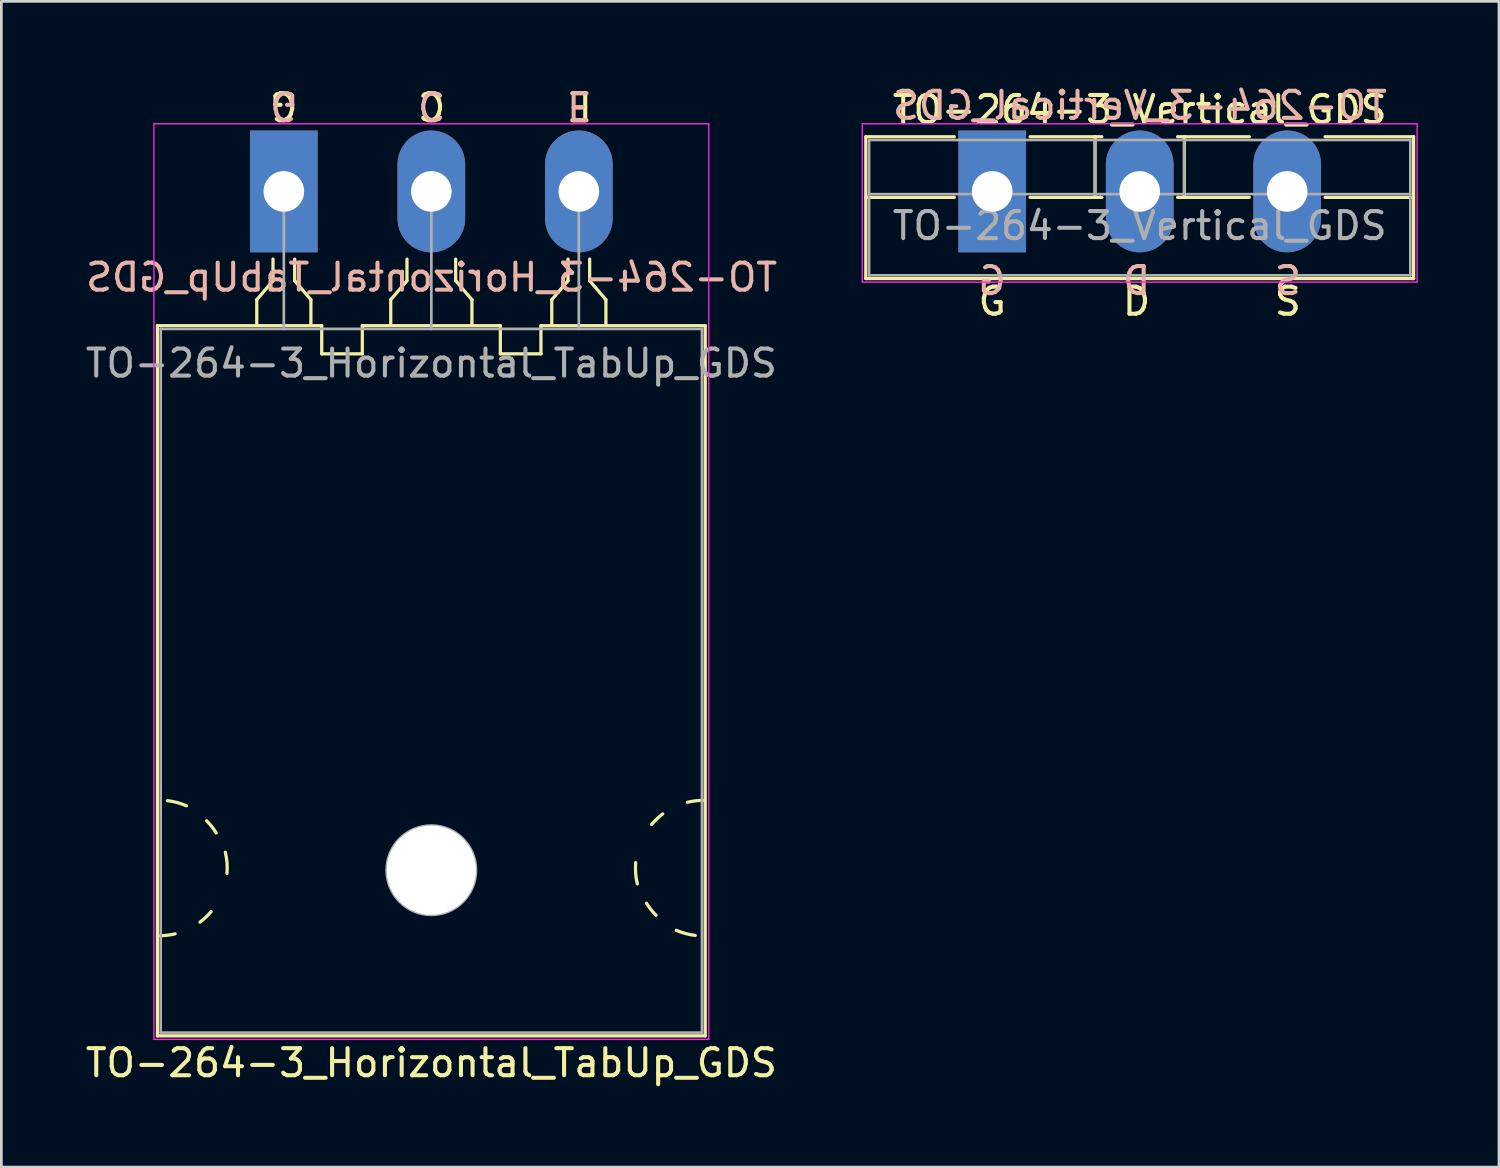
<source format=kicad_pcb>
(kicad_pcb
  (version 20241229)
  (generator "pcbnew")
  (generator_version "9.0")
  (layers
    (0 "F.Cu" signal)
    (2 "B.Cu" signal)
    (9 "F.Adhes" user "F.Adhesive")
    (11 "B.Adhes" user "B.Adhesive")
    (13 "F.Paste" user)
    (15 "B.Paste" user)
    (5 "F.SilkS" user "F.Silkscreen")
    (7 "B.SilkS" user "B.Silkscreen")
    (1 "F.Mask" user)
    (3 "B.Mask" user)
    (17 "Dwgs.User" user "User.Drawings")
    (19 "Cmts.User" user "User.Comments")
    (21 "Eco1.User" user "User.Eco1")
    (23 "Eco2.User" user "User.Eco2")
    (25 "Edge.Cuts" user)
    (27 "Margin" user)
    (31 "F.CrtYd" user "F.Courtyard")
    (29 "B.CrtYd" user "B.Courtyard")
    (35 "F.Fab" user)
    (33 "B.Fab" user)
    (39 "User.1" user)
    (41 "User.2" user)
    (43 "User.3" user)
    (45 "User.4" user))
  (footprint "TO-264-3_Horizontal_TabUp_GDS"
    (layer "F.Cu")
    (at 7.437 4.023)
    (property "Reference" "TO-264-3_Horizontal_TabUp_GDS" (at 5.45 32.2 0) (layer "F.SilkS") (effects (font (size 1 1) (thickness 0.15))))
    (fp_line (start -4.67 31.2) (end -4.67 4.96) (stroke (width 0.12) (type solid)) (layer "F.SilkS"))
    (fp_line (start -1 4) (end -1 4.9) (stroke (width 0.12) (type solid)) (layer "F.SilkS"))
    (fp_line (start -0.4 2.5) (end -0.4 3.3) (stroke (width 0.12) (type solid)) (layer "F.SilkS"))
    (fp_line (start -0.4 3.3) (end -1 4) (stroke (width 0.12) (type solid)) (layer "F.SilkS"))
    (fp_line (start 0.4 3.3) (end 0.4 2.5) (stroke (width 0.12) (type solid)) (layer "F.SilkS"))
    (fp_line (start 1 4) (end 0.4 3.3) (stroke (width 0.12) (type solid)) (layer "F.SilkS"))
    (fp_line (start 1 4.9) (end 1 4) (stroke (width 0.12) (type solid)) (layer "F.SilkS"))
    (fp_line (start 1.4 4.96) (end -4.67 4.96) (stroke (width 0.12) (type solid)) (layer "F.SilkS"))
    (fp_line (start 1.4 4.96) (end 1.4 6) (stroke (width 0.12) (type solid)) (layer "F.SilkS"))
    (fp_line (start 1.4 6) (end 2.9 6) (stroke (width 0.12) (type solid)) (layer "F.SilkS"))
    (fp_line (start 2.9 6) (end 2.9 4.96) (stroke (width 0.12) (type solid)) (layer "F.SilkS"))
    (fp_line (start 3.95 4) (end 3.95 4.9) (stroke (width 0.12) (type solid)) (layer "F.SilkS"))
    (fp_line (start 4.55 2.5) (end 4.55 3.3) (stroke (width 0.12) (type solid)) (layer "F.SilkS"))
    (fp_line (start 4.55 3.3) (end 3.95 4) (stroke (width 0.12) (type solid)) (layer "F.SilkS"))
    (fp_line (start 6.35 3.3) (end 6.35 2.5) (stroke (width 0.12) (type solid)) (layer "F.SilkS"))
    (fp_line (start 6.95 4) (end 6.35 3.3) (stroke (width 0.12) (type solid)) (layer "F.SilkS"))
    (fp_line (start 6.95 4.9) (end 6.95 4) (stroke (width 0.12) (type solid)) (layer "F.SilkS"))
    (fp_line (start 8 4.96) (end 2.9 4.96) (stroke (width 0.12) (type solid)) (layer "F.SilkS"))
    (fp_line (start 8 6) (end 8 4.96) (stroke (width 0.12) (type solid)) (layer "F.SilkS"))
    (fp_line (start 9.5 4.96) (end 9.5 6) (stroke (width 0.12) (type solid)) (layer "F.SilkS"))
    (fp_line (start 9.5 6) (end 8 6) (stroke (width 0.12) (type solid)) (layer "F.SilkS"))
    (fp_line (start 9.9 4) (end 9.9 4.9) (stroke (width 0.12) (type solid)) (layer "F.SilkS"))
    (fp_line (start 10.5 2.5) (end 10.5 3.3) (stroke (width 0.12) (type solid)) (layer "F.SilkS"))
    (fp_line (start 10.5 3.3) (end 9.9 4) (stroke (width 0.12) (type solid)) (layer "F.SilkS"))
    (fp_line (start 11.3 3.3) (end 11.3 2.5) (stroke (width 0.12) (type solid)) (layer "F.SilkS"))
    (fp_line (start 11.9 4) (end 11.3 3.3) (stroke (width 0.12) (type solid)) (layer "F.SilkS"))
    (fp_line (start 11.9 4.9) (end 11.9 4) (stroke (width 0.12) (type solid)) (layer "F.SilkS"))
    (fp_line (start 15.57 4.96) (end 9.5 4.96) (stroke (width 0.12) (type solid)) (layer "F.SilkS"))
    (fp_line (start 15.57 31.2) (end -4.67 31.2) (stroke (width 0.12) (type solid)) (layer "F.SilkS"))
    (fp_line (start 15.57 31.2) (end 15.57 4.96) (stroke (width 0.12) (type solid)) (layer "F.SilkS"))
    (fp_arc (start -4.301186 22.509879) (mid -3.943673 22.579416) (end -3.600001 22.700001) (stroke (width 0.12) (type solid)) (layer "F.SilkS"))
    (fp_arc (start -4.016568 27.430968) (mid -4.306249 27.482682) (end -4.6 27.5) (stroke (width 0.12) (type solid)) (layer "F.SilkS"))
    (fp_arc (start -2.853576 23.253576) (mid -2.663879 23.466564) (end -2.500001 23.700001) (stroke (width 0.12) (type solid)) (layer "F.SilkS"))
    (fp_arc (start -2.687722 26.610338) (mid -2.882773 26.8169) (end -3.1 26.999999) (stroke (width 0.12) (type solid)) (layer "F.SilkS"))
    (fp_arc (start -2.161266 24.414703) (mid -2.099611 24.804931) (end -2.100001 25.199999) (stroke (width 0.12) (type solid)) (layer "F.SilkS"))
    (fp_arc (start 13.061266 25.585297) (mid 12.999611 25.195069) (end 13.000001 24.800001) (stroke (width 0.12) (type solid)) (layer "F.SilkS"))
    (fp_arc (start 13.587722 23.389662) (mid 13.782773 23.1831) (end 14 23.000001) (stroke (width 0.12) (type solid)) (layer "F.SilkS"))
    (fp_arc (start 13.753576 26.746424) (mid 13.563879 26.533436) (end 13.400001 26.299999) (stroke (width 0.12) (type solid)) (layer "F.SilkS"))
    (fp_arc (start 14.916568 22.569032) (mid 15.206249 22.517318) (end 15.5 22.5) (stroke (width 0.12) (type solid)) (layer "F.SilkS"))
    (fp_arc (start 15.201186 27.490121) (mid 14.843673 27.420584) (end 14.500001 27.299999) (stroke (width 0.12) (type solid)) (layer "F.SilkS"))
    (fp_line (start -4.8 -2.5) (end -4.8 31.33) (stroke (width 0.05) (type solid)) (layer "F.CrtYd"))
    (fp_line (start -4.8 31.33) (end 15.7 31.33) (stroke (width 0.05) (type solid)) (layer "F.CrtYd"))
    (fp_line (start 15.7 -2.5) (end -4.8 -2.5) (stroke (width 0.05) (type solid)) (layer "F.CrtYd"))
    (fp_line (start 15.7 31.33) (end 15.7 -2.5) (stroke (width 0.05) (type solid)) (layer "F.CrtYd"))
    (fp_line (start -4.55 5.08) (end -4.55 31.08) (stroke (width 0.1) (type solid)) (layer "F.Fab"))
    (fp_line (start -4.55 31.08) (end 15.45 31.08) (stroke (width 0.1) (type solid)) (layer "F.Fab"))
    (fp_line (start 0 5.08) (end 0 0) (stroke (width 0.1) (type solid)) (layer "F.Fab"))
    (fp_line (start 5.45 5.08) (end 5.45 0) (stroke (width 0.1) (type solid)) (layer "F.Fab"))
    (fp_line (start 10.9 5.08) (end 10.9 0) (stroke (width 0.1) (type solid)) (layer "F.Fab"))
    (fp_line (start 15.45 5.08) (end -4.55 5.08) (stroke (width 0.1) (type solid)) (layer "F.Fab"))
    (fp_line (start 15.45 31.08) (end 15.45 5.08) (stroke (width 0.1) (type solid)) (layer "F.Fab"))
    (fp_circle (center 5.45 25.08) (end 7.1 25.08) (stroke (width 0.1) (type solid)) (fill no) (layer "F.Fab"))
    (fp_text user "G" (at 0 -3.175 180) (unlocked yes) (layer "F.SilkS") (effects (font (size 1 1) (thickness 0.15))))
    (fp_text user "E" (at 10.922 -3.175 180) (unlocked yes) (layer "F.SilkS") (effects (font (size 1 1) (thickness 0.15))))
    (fp_text user "C" (at 5.461 -3.175 180) (unlocked yes) (layer "F.SilkS") (effects (font (size 1 1) (thickness 0.15))))
    (fp_text user "${REFERENCE}" (at 5.461 3.175 0) (layer "B.SilkS") (effects (font (size 1 1) (thickness 0.15)) (justify mirror)))
    (fp_text user "C" (at 5.461 -3.175 180) (unlocked yes) (layer "B.SilkS") (effects (font (size 1 1) (thickness 0.15)) (justify mirror)))
    (fp_text user "E" (at 10.922 -3.175 180) (unlocked yes) (layer "B.SilkS") (effects (font (size 1 1) (thickness 0.15)) (justify mirror)))
    (fp_text user "G" (at 0 -3.175 180) (unlocked yes) (layer "B.SilkS") (effects (font (size 1 1) (thickness 0.15)) (justify mirror)))
    (fp_text user "${REFERENCE}" (at 5.45 6.35 0) (layer "F.Fab") (effects (font (size 1 1) (thickness 0.15))))
    (pad "" np_thru_hole oval (at 5.45 25.08) (size 3.3 3.3) (drill 3.3) (layers "*.Cu" "*.Mask"))
    (pad "1" thru_hole rect (at 0 0) (size 2.5 4.5) (drill 1.5) (layers "*.Cu" "*.Mask"))
    (pad "2" thru_hole oval (at 5.45 0) (size 2.5 4.5) (drill 1.5) (layers "*.Cu" "*.Mask"))
    (pad "3" thru_hole oval (at 10.9 0) (size 2.5 4.5) (drill 1.5) (layers "*.Cu" "*.Mask")))
  (footprint "TO-264-3_Vertical_GDS"
    (layer "F.Cu")
    (at 33.61 4.023)
    (property "Reference" "TO-264-3_Vertical_GDS" (at 5.45 -3.02 0) (layer "F.SilkS") (effects (font (size 1 1) (thickness 0.15))))
    (fp_line (start -4.67 -2.021) (end -4.67 3.22) (stroke (width 0.12) (type solid)) (layer "F.SilkS"))
    (fp_line (start -4.67 -2.021) (end -1.4 -2.021) (stroke (width 0.12) (type solid)) (layer "F.SilkS"))
    (fp_line (start -4.67 0.22) (end -1.4 0.22) (stroke (width 0.12) (type solid)) (layer "F.SilkS"))
    (fp_line (start -4.67 3.22) (end 15.57 3.22) (stroke (width 0.12) (type solid)) (layer "F.SilkS"))
    (fp_line (start 1.4 -2.021) (end 4.051 -2.021) (stroke (width 0.12) (type solid)) (layer "F.SilkS"))
    (fp_line (start 1.4 0.22) (end 4.051 0.22) (stroke (width 0.12) (type solid)) (layer "F.SilkS"))
    (fp_line (start 3.8 -2.021) (end 3.8 0.22) (stroke (width 0.12) (type solid)) (layer "F.SilkS"))
    (fp_line (start 6.85 -2.021) (end 9.5 -2.021) (stroke (width 0.12) (type solid)) (layer "F.SilkS"))
    (fp_line (start 6.85 0.22) (end 9.5 0.22) (stroke (width 0.12) (type solid)) (layer "F.SilkS"))
    (fp_line (start 7.1 -2.021) (end 7.1 0.22) (stroke (width 0.12) (type solid)) (layer "F.SilkS"))
    (fp_line (start 12.3 -2.021) (end 15.57 -2.021) (stroke (width 0.12) (type solid)) (layer "F.SilkS"))
    (fp_line (start 12.3 0.22) (end 15.57 0.22) (stroke (width 0.12) (type solid)) (layer "F.SilkS"))
    (fp_line (start 15.57 -2.021) (end 15.57 3.22) (stroke (width 0.12) (type solid)) (layer "F.SilkS"))
    (fp_line (start -4.8 -2.5) (end -4.8 3.35) (stroke (width 0.05) (type solid)) (layer "F.CrtYd"))
    (fp_line (start -4.8 3.35) (end 15.7 3.35) (stroke (width 0.05) (type solid)) (layer "F.CrtYd"))
    (fp_line (start 15.7 -2.5) (end -4.8 -2.5) (stroke (width 0.05) (type solid)) (layer "F.CrtYd"))
    (fp_line (start 15.7 3.35) (end 15.7 -2.5) (stroke (width 0.05) (type solid)) (layer "F.CrtYd"))
    (fp_line (start -4.55 -1.9) (end -4.55 3.1) (stroke (width 0.1) (type solid)) (layer "F.Fab"))
    (fp_line (start -4.55 0.1) (end 15.45 0.1) (stroke (width 0.1) (type solid)) (layer "F.Fab"))
    (fp_line (start -4.55 3.1) (end 15.45 3.1) (stroke (width 0.1) (type solid)) (layer "F.Fab"))
    (fp_line (start 3.8 -1.9) (end 3.8 0.1) (stroke (width 0.1) (type solid)) (layer "F.Fab"))
    (fp_line (start 7.1 -1.9) (end 7.1 0.1) (stroke (width 0.1) (type solid)) (layer "F.Fab"))
    (fp_line (start 15.45 -1.9) (end -4.55 -1.9) (stroke (width 0.1) (type solid)) (layer "F.Fab"))
    (fp_line (start 15.45 3.1) (end 15.45 -1.9) (stroke (width 0.1) (type solid)) (layer "F.Fab"))
    (fp_text user "G" (at 0 4.064 0) (unlocked yes) (layer "F.SilkS") (effects (font (size 1 1) (thickness 0.15))))
    (fp_text user "S" (at 10.922 4.064 0) (unlocked yes) (layer "F.SilkS") (effects (font (size 1 1) (thickness 0.15))))
    (fp_text user "D" (at 5.334 4.064 0) (unlocked yes) (layer "F.SilkS") (effects (font (size 1 1) (thickness 0.15))))
    (fp_text user "S" (at 10.922 3.302 0) (unlocked yes) (layer "B.SilkS") (effects (font (size 1 1) (thickness 0.15)) (justify mirror)))
    (fp_text user "D" (at 5.334 3.302 0) (unlocked yes) (layer "B.SilkS") (effects (font (size 1 1) (thickness 0.15)) (justify mirror)))
    (fp_text user "G" (at 0 3.302 0) (unlocked yes) (layer "B.SilkS") (effects (font (size 1 1) (thickness 0.15)) (justify mirror)))
    (fp_text user "${REFERENCE}" (at 5.461 -3.175 0) (layer "B.SilkS") (effects (font (size 1 1) (thickness 0.15)) (justify mirror)))
    (fp_text user "${REFERENCE}" (at 5.45 1.27 0) (layer "F.Fab") (effects (font (size 1 1) (thickness 0.15))))
    (pad "1" thru_hole rect (at 0 0) (size 2.5 4.5) (drill 1.5) (layers "*.Cu" "*.Mask"))
    (pad "2" thru_hole oval (at 5.45 0) (size 2.5 4.5) (drill 1.5) (layers "*.Cu" "*.Mask"))
    (pad "3" thru_hole oval (at 10.9 0) (size 2.5 4.5) (drill 1.5) (layers "*.Cu" "*.Mask")))
  (gr_rect
    (start -3 -3)
    (end 52.335 40.072)
    (stroke (width 0.1) (type default))
    (fill no)
    (layer "Edge.Cuts")))
</source>
